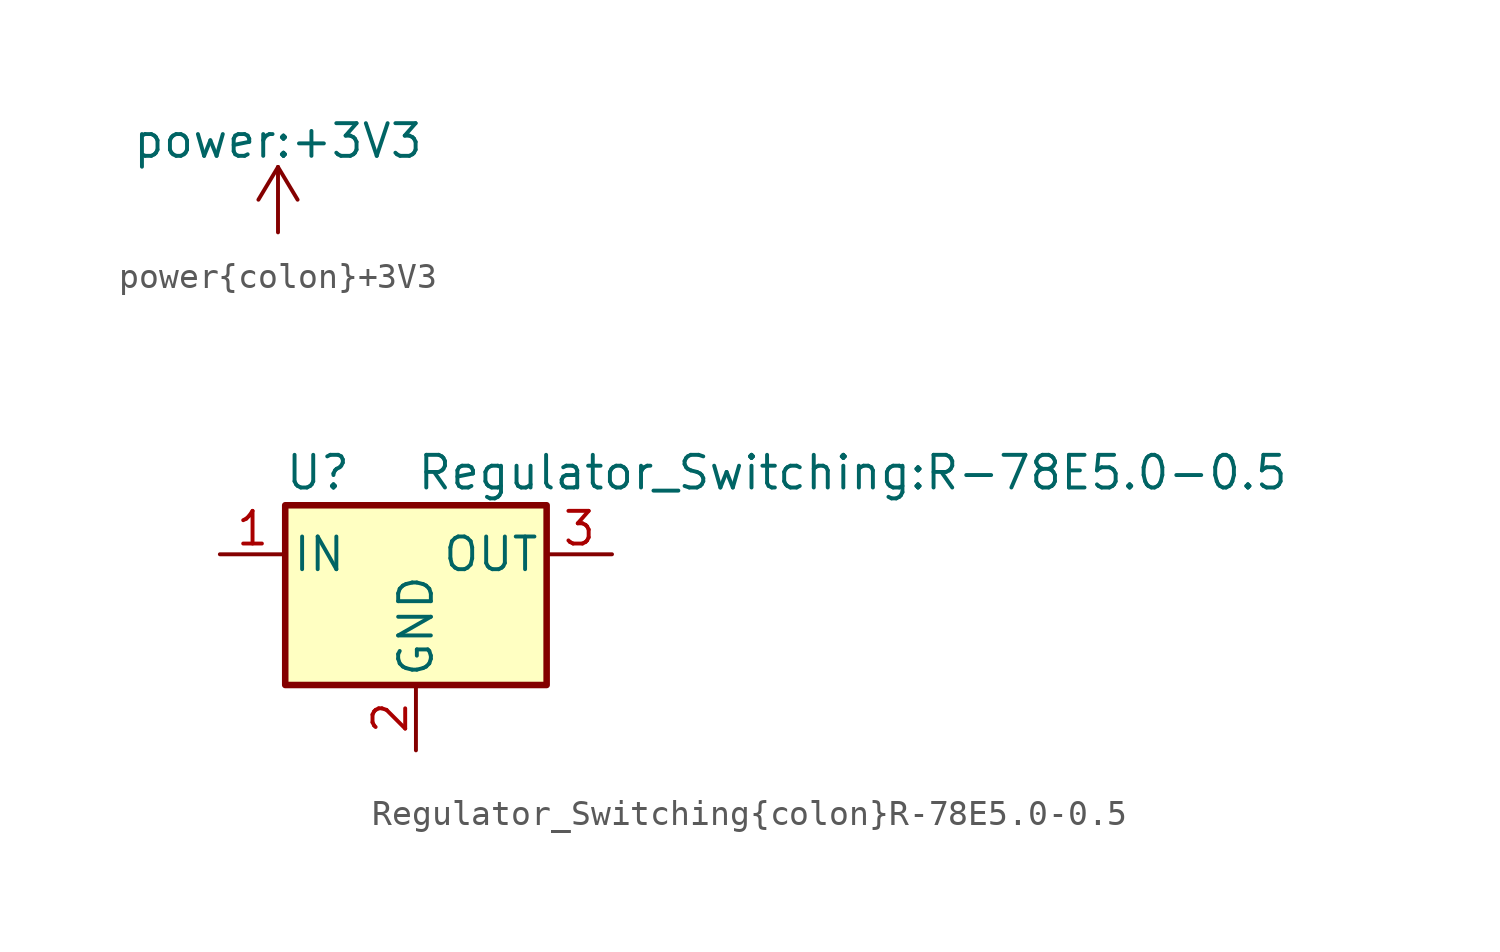
<source format=kicad_sym>
(kicad_symbol_lib
  (version 20211014)
  (generator kicad_symbol_editor)
  (symbol "power{colon}+3V3"
    (power)
    (pin_names
      (offset 0))
    (property "Reference" "#PWR"
      (at 0 -3.81 0)
      (effects (font (size 1.27 1.27)) hide))
    (property "Value" "power{colon}+3V3"
      (at 0 3.556 0)
      (effects (font (size 1.27 1.27))))
    (symbol "power{colon}+3V3_0_1"
      (polyline (pts (xy -0.762 1.27) (xy 0 2.54)) (stroke (width 0) (type default) (color 0 0 0 0)) (fill (type none)))
      (polyline (pts (xy 0 0) (xy 0 2.54)) (stroke (width 0) (type default) (color 0 0 0 0)) (fill (type none)))
      (polyline (pts (xy 0 2.54) (xy 0.762 1.27)) (stroke (width 0) (type default) (color 0 0 0 0)) (fill (type none))))
    (symbol "power{colon}+3V3_1_1"
      (pin power_in line (at 0 0 90) (length 0) hide (name "+3V3" (effects (font (size 1.27 1.27)))) (number "1" (effects (font (size 1.27 1.27)))))))
  (symbol "Regulator_Switching{colon}R-78E5.0-0.5"
    (pin_names
      (offset 0.254))
    (property "Reference" "U"
      (at -3.81 3.175 0)
      (effects (font (size 1.27 1.27))))
    (property "Value" "Regulator_Switching{colon}R-78E5.0-0.5"
      (at 0 3.175 0)
      (effects (font (size 1.27 1.27)) (justify left)))
    (symbol "Regulator_Switching{colon}R-78E5.0-0.5_0_1"
      (rectangle (start -5.08 1.905) (end 5.08 -5.08) (stroke (width 0.254) (type default) (color 0 0 0 0)) (fill (type background))))
    (symbol "Regulator_Switching{colon}R-78E5.0-0.5_1_1"
      (pin power_in line (at -7.62 0 0) (length 2.54) (name "IN" (effects (font (size 1.27 1.27)))) (number "1" (effects (font (size 1.27 1.27)))))
      (pin power_in line (at 0 -7.62 90) (length 2.54) (name "GND" (effects (font (size 1.27 1.27)))) (number "2" (effects (font (size 1.27 1.27)))))
      (pin power_out line (at 7.62 0 180) (length 2.54) (name "OUT" (effects (font (size 1.27 1.27)))) (number "3" (effects (font (size 1.27 1.27))))))))
</source>
